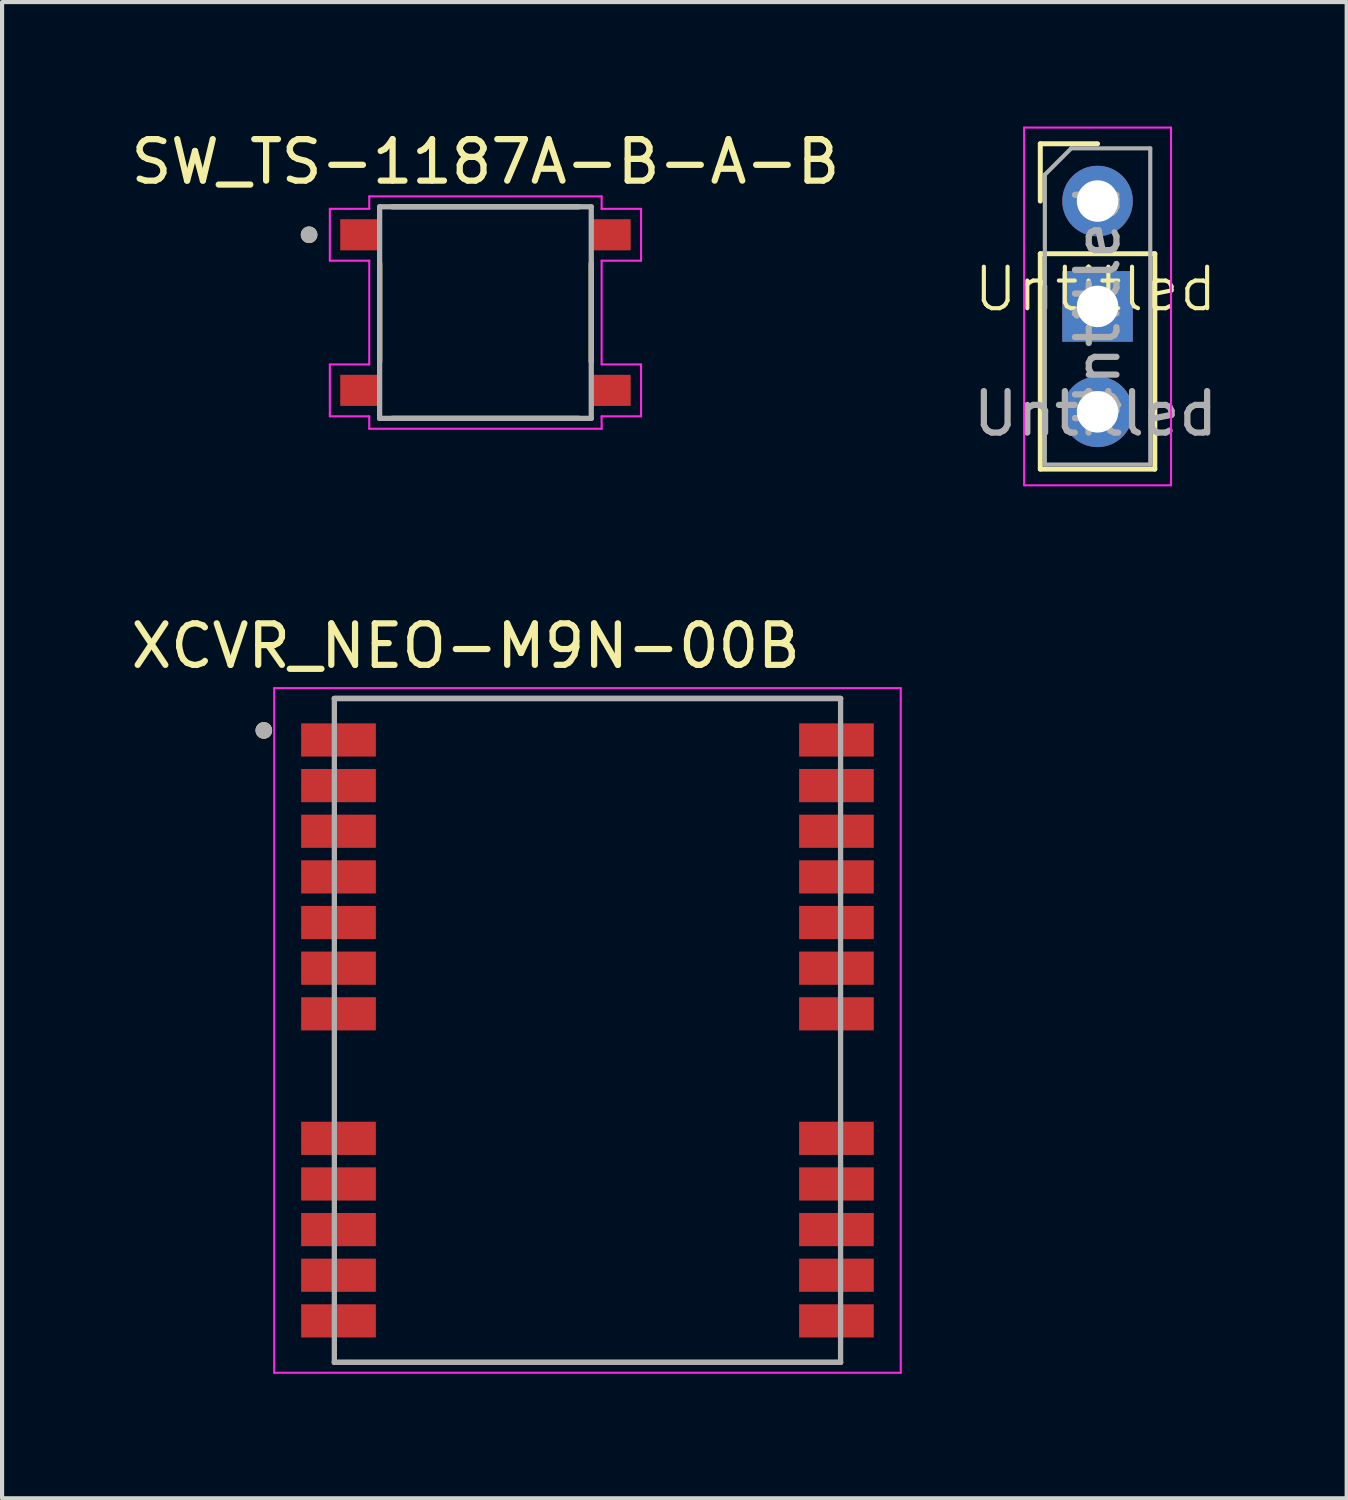
<source format=kicad_pcb>
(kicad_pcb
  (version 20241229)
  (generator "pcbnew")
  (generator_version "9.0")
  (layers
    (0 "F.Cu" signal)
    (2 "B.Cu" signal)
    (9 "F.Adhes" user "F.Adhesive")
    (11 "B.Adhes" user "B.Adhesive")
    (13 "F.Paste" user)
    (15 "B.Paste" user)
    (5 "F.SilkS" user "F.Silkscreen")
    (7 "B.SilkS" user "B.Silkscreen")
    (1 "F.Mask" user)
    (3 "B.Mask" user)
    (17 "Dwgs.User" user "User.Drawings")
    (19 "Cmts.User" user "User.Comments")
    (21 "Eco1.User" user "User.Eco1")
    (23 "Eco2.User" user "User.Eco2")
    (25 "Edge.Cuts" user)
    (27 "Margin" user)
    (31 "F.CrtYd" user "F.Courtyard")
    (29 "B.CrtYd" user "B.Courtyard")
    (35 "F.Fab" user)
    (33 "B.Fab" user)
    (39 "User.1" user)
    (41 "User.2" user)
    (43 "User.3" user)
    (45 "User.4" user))
  (footprint "Untitled"
    (layer "F.Cu")
    (at 23.351 4.42)
    (property "Reference" "Untitled" (at 0 -0.5 0) (unlocked yes) (layer "F.SilkS") (effects (font (size 1 1) (thickness 0.1))))
    (attr smd)
    (fp_line (start -1.33 -4.005) (end 0.05 -4.005) (stroke (width 0.12) (type solid)) (layer "F.SilkS"))
    (fp_line (start -1.33 -1.355) (end -1.33 3.835) (stroke (width 0.12) (type solid)) (layer "F.SilkS"))
    (fp_line (start -1.33 -1.355) (end 1.43 -1.355) (stroke (width 0.12) (type solid)) (layer "F.SilkS"))
    (fp_line (start -1.33 3.835) (end 1.43 3.835) (stroke (width 0.12) (type solid)) (layer "F.SilkS"))
    (fp_line (start -1.33 -2.625) (end -1.33 -4.005) (stroke (width 0.12) (type solid)) (layer "F.SilkS"))
    (fp_line (start 1.43 -1.355) (end 1.43 3.835) (stroke (width 0.12) (type solid)) (layer "F.SilkS"))
    (fp_line (start -1.72 -4.395) (end -1.72 4.225) (stroke (width 0.05) (type solid)) (layer "F.CrtYd"))
    (fp_line (start -1.72 4.225) (end 1.82 4.225) (stroke (width 0.05) (type solid)) (layer "F.CrtYd"))
    (fp_line (start 1.82 -4.395) (end -1.72 -4.395) (stroke (width 0.05) (type solid)) (layer "F.CrtYd"))
    (fp_line (start 1.82 4.225) (end 1.82 -4.395) (stroke (width 0.05) (type solid)) (layer "F.CrtYd"))
    (fp_line (start -1.22 3.725) (end -1.22 -3.26) (stroke (width 0.1) (type solid)) (layer "F.Fab"))
    (fp_line (start -1.22 -3.26) (end -0.585 -3.895) (stroke (width 0.1) (type solid)) (layer "F.Fab"))
    (fp_line (start -0.585 -3.895) (end 1.32 -3.895) (stroke (width 0.1) (type solid)) (layer "F.Fab"))
    (fp_line (start 1.32 -3.895) (end 1.32 3.725) (stroke (width 0.1) (type solid)) (layer "F.Fab"))
    (fp_line (start 1.32 3.725) (end -1.22 3.725) (stroke (width 0.1) (type solid)) (layer "F.Fab"))
    (fp_text user "${REFERENCE}" (at 0.05 -0.085 90) (layer "F.Fab") (effects (font (size 1 1) (thickness 0.15))))
    (fp_text user "${REFERENCE}" (at 0 2.5 0) (unlocked yes) (layer "F.Fab") (effects (font (size 1 1) (thickness 0.15))))
    (pad "1" thru_hole circle (at 0.05 -2.625) (size 1.7 1.7) (drill 1) (layers "*.Cu" "F.Mask"))
    (pad "2" thru_hole rect (at 0.05 -0.085) (size 1.7 1.7) (drill 1) (layers "*.Cu" "*.Mask"))
    (pad "3" thru_hole circle (at 0.05 2.455) (size 1.7 1.7) (drill 1) (layers "*.Cu" "*.Mask")))
  (footprint "XCVR_NEO-M9N-00B"
    (layer "F.Cu")
    (at 11.108 21.783)
    (property "Reference" "XCVR_NEO-M9N-00B" (at -2.935 -9.265 0) (layer "F.SilkS") (effects (font (size 1 1) (thickness 0.15))))
    (attr smd)
    (fp_line (start -6.1 -8) (end 6.1 -8) (stroke (width 0.127) (type solid)) (layer "F.SilkS"))
    (fp_line (start 6.1 8) (end -6.1 8) (stroke (width 0.127) (type solid)) (layer "F.SilkS"))
    (fp_circle (center -7.8 -7.23) (end -7.7 -7.23) (stroke (width 0.2) (type solid)) (fill no) (layer "F.SilkS"))
    (fp_poly (pts (xy -7.3 -7.4) (xy -6.1 -7.4) (xy -6.1 -7.3) (xy -5.2 -7.3) (xy -5.2 -6.7) (xy -6.1 -6.7) (xy -6.1 -6.6) (xy -7.3 -6.6)) (stroke (width 0.01) (type solid)) (fill yes) (layer "F.Paste"))
    (fp_poly (pts (xy -7.3 -6.3) (xy -6.1 -6.3) (xy -6.1 -6.2) (xy -5.2 -6.2) (xy -5.2 -5.6) (xy -6.1 -5.6) (xy -6.1 -5.5) (xy -7.3 -5.5)) (stroke (width 0.01) (type solid)) (fill yes) (layer "F.Paste"))
    (fp_poly (pts (xy -7.3 -5.2) (xy -6.1 -5.2) (xy -6.1 -5.1) (xy -5.2 -5.1) (xy -5.2 -4.5) (xy -6.1 -4.5) (xy -6.1 -4.4) (xy -7.3 -4.4)) (stroke (width 0.01) (type solid)) (fill yes) (layer "F.Paste"))
    (fp_poly (pts (xy -7.3 -4.1) (xy -6.1 -4.1) (xy -6.1 -4) (xy -5.2 -4) (xy -5.2 -3.4) (xy -6.1 -3.4) (xy -6.1 -3.3) (xy -7.3 -3.3)) (stroke (width 0.01) (type solid)) (fill yes) (layer "F.Paste"))
    (fp_poly (pts (xy -7.3 -3) (xy -6.1 -3) (xy -6.1 -2.9) (xy -5.2 -2.9) (xy -5.2 -2.3) (xy -6.1 -2.3) (xy -6.1 -2.2) (xy -7.3 -2.2)) (stroke (width 0.01) (type solid)) (fill yes) (layer "F.Paste"))
    (fp_poly (pts (xy -7.3 -1.9) (xy -6.1 -1.9) (xy -6.1 -1.8) (xy -5.2 -1.8) (xy -5.2 -1.2) (xy -6.1 -1.2) (xy -6.1 -1.1) (xy -7.3 -1.1)) (stroke (width 0.01) (type solid)) (fill yes) (layer "F.Paste"))
    (fp_poly (pts (xy -7.3 -0.8) (xy -6.1 -0.8) (xy -6.1 -0.7) (xy -5.2 -0.7) (xy -5.2 -0.1) (xy -6.1 -0.1) (xy -6.1 0) (xy -7.3 0)) (stroke (width 0.01) (type solid)) (fill yes) (layer "F.Paste"))
    (fp_poly (pts (xy -7.3 2.2) (xy -6.1 2.2) (xy -6.1 2.3) (xy -5.2 2.3) (xy -5.2 2.9) (xy -6.1 2.9) (xy -6.1 3) (xy -7.3 3)) (stroke (width 0.01) (type solid)) (fill yes) (layer "F.Paste"))
    (fp_poly (pts (xy -7.3 3.3) (xy -6.1 3.3) (xy -6.1 3.4) (xy -5.2 3.4) (xy -5.2 4) (xy -6.1 4) (xy -6.1 4.1) (xy -7.3 4.1)) (stroke (width 0.01) (type solid)) (fill yes) (layer "F.Paste"))
    (fp_poly (pts (xy -7.3 4.4) (xy -6.1 4.4) (xy -6.1 4.5) (xy -5.2 4.5) (xy -5.2 5.1) (xy -6.1 5.1) (xy -6.1 5.2) (xy -7.3 5.2)) (stroke (width 0.01) (type solid)) (fill yes) (layer "F.Paste"))
    (fp_poly (pts (xy -7.3 5.5) (xy -6.1 5.5) (xy -6.1 5.6) (xy -5.2 5.6) (xy -5.2 6.2) (xy -6.1 6.2) (xy -6.1 6.3) (xy -7.3 6.3)) (stroke (width 0.01) (type solid)) (fill yes) (layer "F.Paste"))
    (fp_poly (pts (xy -7.3 6.6) (xy -6.1 6.6) (xy -6.1 6.7) (xy -5.2 6.7) (xy -5.2 7.3) (xy -6.1 7.3) (xy -6.1 7.4) (xy -7.3 7.4)) (stroke (width 0.01) (type solid)) (fill yes) (layer "F.Paste"))
    (fp_poly (pts (xy 5.2 -7.3) (xy 6.1 -7.3) (xy 6.1 -7.4) (xy 7.3 -7.4) (xy 7.3 -6.6) (xy 6.1 -6.6) (xy 6.1 -6.7) (xy 5.2 -6.7)) (stroke (width 0.01) (type solid)) (fill yes) (layer "F.Paste"))
    (fp_poly (pts (xy 5.2 -6.2) (xy 6.1 -6.2) (xy 6.1 -6.3) (xy 7.3 -6.3) (xy 7.3 -5.5) (xy 6.1 -5.5) (xy 6.1 -5.6) (xy 5.2 -5.6)) (stroke (width 0.01) (type solid)) (fill yes) (layer "F.Paste"))
    (fp_poly (pts (xy 5.2 -5.1) (xy 6.1 -5.1) (xy 6.1 -5.2) (xy 7.3 -5.2) (xy 7.3 -4.4) (xy 6.1 -4.4) (xy 6.1 -4.5) (xy 5.2 -4.5)) (stroke (width 0.01) (type solid)) (fill yes) (layer "F.Paste"))
    (fp_poly (pts (xy 5.2 -4) (xy 6.1 -4) (xy 6.1 -4.1) (xy 7.3 -4.1) (xy 7.3 -3.3) (xy 6.1 -3.3) (xy 6.1 -3.4) (xy 5.2 -3.4)) (stroke (width 0.01) (type solid)) (fill yes) (layer "F.Paste"))
    (fp_poly (pts (xy 5.2 -2.9) (xy 6.1 -2.9) (xy 6.1 -3) (xy 7.3 -3) (xy 7.3 -2.2) (xy 6.1 -2.2) (xy 6.1 -2.3) (xy 5.2 -2.3)) (stroke (width 0.01) (type solid)) (fill yes) (layer "F.Paste"))
    (fp_poly (pts (xy 5.2 -1.8) (xy 6.1 -1.8) (xy 6.1 -1.9) (xy 7.3 -1.9) (xy 7.3 -1.1) (xy 6.1 -1.1) (xy 6.1 -1.2) (xy 5.2 -1.2)) (stroke (width 0.01) (type solid)) (fill yes) (layer "F.Paste"))
    (fp_poly (pts (xy 5.2 -0.7) (xy 6.1 -0.7) (xy 6.1 -0.8) (xy 7.3 -0.8) (xy 7.3 0) (xy 6.1 0) (xy 6.1 -0.1) (xy 5.2 -0.1)) (stroke (width 0.01) (type solid)) (fill yes) (layer "F.Paste"))
    (fp_poly (pts (xy 5.2 2.3) (xy 6.1 2.3) (xy 6.1 2.2) (xy 7.3 2.2) (xy 7.3 3) (xy 6.1 3) (xy 6.1 2.9) (xy 5.2 2.9)) (stroke (width 0.01) (type solid)) (fill yes) (layer "F.Paste"))
    (fp_poly (pts (xy 5.2 3.4) (xy 6.1 3.4) (xy 6.1 3.3) (xy 7.3 3.3) (xy 7.3 4.1) (xy 6.1 4.1) (xy 6.1 4) (xy 5.2 4)) (stroke (width 0.01) (type solid)) (fill yes) (layer "F.Paste"))
    (fp_poly (pts (xy 5.2 4.5) (xy 6.1 4.5) (xy 6.1 4.4) (xy 7.3 4.4) (xy 7.3 5.2) (xy 6.1 5.2) (xy 6.1 5.1) (xy 5.2 5.1)) (stroke (width 0.01) (type solid)) (fill yes) (layer "F.Paste"))
    (fp_poly (pts (xy 5.2 5.6) (xy 6.1 5.6) (xy 6.1 5.5) (xy 7.3 5.5) (xy 7.3 6.3) (xy 6.1 6.3) (xy 6.1 6.2) (xy 5.2 6.2)) (stroke (width 0.01) (type solid)) (fill yes) (layer "F.Paste"))
    (fp_poly (pts (xy 5.2 6.7) (xy 6.1 6.7) (xy 6.1 6.6) (xy 7.3 6.6) (xy 7.3 7.4) (xy 6.1 7.4) (xy 6.1 7.3) (xy 5.2 7.3)) (stroke (width 0.01) (type solid)) (fill yes) (layer "F.Paste"))
    (fp_line (start -7.55 -8.25) (end 7.55 -8.25) (stroke (width 0.05) (type solid)) (layer "F.CrtYd"))
    (fp_line (start -7.55 8.25) (end -7.55 -8.25) (stroke (width 0.05) (type solid)) (layer "F.CrtYd"))
    (fp_line (start 7.55 -8.25) (end 7.55 8.25) (stroke (width 0.05) (type solid)) (layer "F.CrtYd"))
    (fp_line (start 7.55 8.25) (end -7.55 8.25) (stroke (width 0.05) (type solid)) (layer "F.CrtYd"))
    (fp_line (start -6.1 -8) (end -6.1 8) (stroke (width 0.127) (type solid)) (layer "F.Fab"))
    (fp_line (start 6.1 -8) (end -6.1 -8) (stroke (width 0.127) (type solid)) (layer "F.Fab"))
    (fp_line (start 6.1 8) (end -6.1 8) (stroke (width 0.127) (type solid)) (layer "F.Fab"))
    (fp_line (start 6.1 8) (end 6.1 -8) (stroke (width 0.127) (type solid)) (layer "F.Fab"))
    (fp_circle (center -7.8 -7.23) (end -7.7 -7.23) (stroke (width 0.2) (type solid)) (fill no) (layer "F.Fab"))
    (pad "1" smd rect (at -6 -7) (size 1.8 0.8) (layers "F.Cu" "F.Mask"))
    (pad "2" smd rect (at -6 -5.9) (size 1.8 0.8) (layers "F.Cu" "F.Mask"))
    (pad "3" smd rect (at -6 -4.8) (size 1.8 0.8) (layers "F.Cu" "F.Mask"))
    (pad "4" smd rect (at -6 -3.7) (size 1.8 0.8) (layers "F.Cu" "F.Mask"))
    (pad "5" smd rect (at -6 -2.6) (size 1.8 0.8) (layers "F.Cu" "F.Mask"))
    (pad "6" smd rect (at -6 -1.5) (size 1.8 0.8) (layers "F.Cu" "F.Mask"))
    (pad "7" smd rect (at -6 -0.4) (size 1.8 0.8) (layers "F.Cu" "F.Mask"))
    (pad "8" smd rect (at -6 2.6) (size 1.8 0.8) (layers "F.Cu" "F.Mask"))
    (pad "9" smd rect (at -6 3.7) (size 1.8 0.8) (layers "F.Cu" "F.Mask"))
    (pad "10" smd rect (at -6 4.8) (size 1.8 0.8) (layers "F.Cu" "F.Mask"))
    (pad "11" smd rect (at -6 5.9) (size 1.8 0.8) (layers "F.Cu" "F.Mask"))
    (pad "12" smd rect (at -6 7) (size 1.8 0.8) (layers "F.Cu" "F.Mask"))
    (pad "13" smd rect (at 6 7) (size 1.8 0.8) (layers "F.Cu" "F.Mask"))
    (pad "14" smd rect (at 6 5.9) (size 1.8 0.8) (layers "F.Cu" "F.Mask"))
    (pad "15" smd rect (at 6 4.8) (size 1.8 0.8) (layers "F.Cu" "F.Mask"))
    (pad "16" smd rect (at 6 3.7) (size 1.8 0.8) (layers "F.Cu" "F.Mask"))
    (pad "17" smd rect (at 6 2.6) (size 1.8 0.8) (layers "F.Cu" "F.Mask"))
    (pad "18" smd rect (at 6 -0.4) (size 1.8 0.8) (layers "F.Cu" "F.Mask"))
    (pad "19" smd rect (at 6 -1.5) (size 1.8 0.8) (layers "F.Cu" "F.Mask"))
    (pad "20" smd rect (at 6 -2.6) (size 1.8 0.8) (layers "F.Cu" "F.Mask"))
    (pad "21" smd rect (at 6 -3.7) (size 1.8 0.8) (layers "F.Cu" "F.Mask"))
    (pad "22" smd rect (at 6 -4.8) (size 1.8 0.8) (layers "F.Cu" "F.Mask"))
    (pad "23" smd rect (at 6 -5.9) (size 1.8 0.8) (layers "F.Cu" "F.Mask"))
    (pad "24" smd rect (at 6 -7) (size 1.8 0.8) (layers "F.Cu" "F.Mask")))
  (footprint "SW_TS-1187A-B-A-B"
    (layer "F.Cu")
    (at 8.649 4.483)
    (property "Reference" "SW_TS-1187A-B-A-B" (at 0 -3.635 180) (layer "F.SilkS") (effects (font (size 1 1) (thickness 0.15))))
    (attr smd)
    (fp_line (start -2.55 -1.18) (end -2.55 1.18) (stroke (width 0.127) (type solid)) (layer "F.SilkS"))
    (fp_line (start 2.25 -2.55) (end -2.25 -2.55) (stroke (width 0.127) (type solid)) (layer "F.SilkS"))
    (fp_line (start 2.25 2.55) (end -2.25 2.55) (stroke (width 0.127) (type solid)) (layer "F.SilkS"))
    (fp_line (start 2.55 1.18) (end 2.55 -1.18) (stroke (width 0.127) (type solid)) (layer "F.SilkS"))
    (fp_circle (center -4.25 -1.875) (end -4.15 -1.875) (stroke (width 0.2) (type solid)) (fill no) (layer "F.SilkS"))
    (fp_line (start -3.75 -1.25) (end -2.8 -1.25) (stroke (width 0.05) (type solid)) (layer "F.CrtYd"))
    (fp_line (start -3.75 1.25) (end -2.8 1.25) (stroke (width 0.05) (type solid)) (layer "F.CrtYd"))
    (fp_line (start -3.75 -2.5) (end -3.75 -1.25) (stroke (width 0.05) (type solid)) (layer "F.CrtYd"))
    (fp_line (start -3.75 -2.5) (end -2.8 -2.5) (stroke (width 0.05) (type solid)) (layer "F.CrtYd"))
    (fp_line (start -3.75 2.5) (end -3.75 1.25) (stroke (width 0.05) (type solid)) (layer "F.CrtYd"))
    (fp_line (start -3.75 2.5) (end -2.8 2.5) (stroke (width 0.05) (type solid)) (layer "F.CrtYd"))
    (fp_line (start -2.8 -2.8) (end -2.8 -2.5) (stroke (width 0.05) (type solid)) (layer "F.CrtYd"))
    (fp_line (start -2.8 -1.25) (end -2.8 1.25) (stroke (width 0.05) (type solid)) (layer "F.CrtYd"))
    (fp_line (start -2.8 2.8) (end -2.8 2.5) (stroke (width 0.05) (type solid)) (layer "F.CrtYd"))
    (fp_line (start -2.8 2.8) (end 2.8 2.8) (stroke (width 0.05) (type solid)) (layer "F.CrtYd"))
    (fp_line (start 2.8 -2.8) (end -2.8 -2.8) (stroke (width 0.05) (type solid)) (layer "F.CrtYd"))
    (fp_line (start 2.8 -2.8) (end 2.8 -2.5) (stroke (width 0.05) (type solid)) (layer "F.CrtYd"))
    (fp_line (start 2.8 -1.25) (end 2.8 1.25) (stroke (width 0.05) (type solid)) (layer "F.CrtYd"))
    (fp_line (start 2.8 2.8) (end 2.8 2.5) (stroke (width 0.05) (type solid)) (layer "F.CrtYd"))
    (fp_line (start 3.75 -2.5) (end 2.8 -2.5) (stroke (width 0.05) (type solid)) (layer "F.CrtYd"))
    (fp_line (start 3.75 -2.5) (end 3.75 -1.25) (stroke (width 0.05) (type solid)) (layer "F.CrtYd"))
    (fp_line (start 3.75 2.5) (end 2.8 2.5) (stroke (width 0.05) (type solid)) (layer "F.CrtYd"))
    (fp_line (start 3.75 2.5) (end 3.75 1.25) (stroke (width 0.05) (type solid)) (layer "F.CrtYd"))
    (fp_line (start 3.75 -1.25) (end 2.8 -1.25) (stroke (width 0.05) (type solid)) (layer "F.CrtYd"))
    (fp_line (start 3.75 1.25) (end 2.8 1.25) (stroke (width 0.05) (type solid)) (layer "F.CrtYd"))
    (fp_line (start -2.55 -2.55) (end -2.55 2.55) (stroke (width 0.127) (type solid)) (layer "F.Fab"))
    (fp_line (start -2.55 2.55) (end 2.55 2.55) (stroke (width 0.127) (type solid)) (layer "F.Fab"))
    (fp_line (start 2.55 -2.55) (end -2.55 -2.55) (stroke (width 0.127) (type solid)) (layer "F.Fab"))
    (fp_line (start 2.55 2.55) (end 2.55 -2.55) (stroke (width 0.127) (type solid)) (layer "F.Fab"))
    (fp_circle (center -4.25 -1.875) (end -4.15 -1.875) (stroke (width 0.2) (type solid)) (fill no) (layer "F.Fab"))
    (pad "A" smd rect (at -3 -1.875) (size 1 0.75) (layers "F.Cu" "F.Mask" "F.Paste"))
    (pad "B" smd rect (at 3 -1.875) (size 1 0.75) (layers "F.Cu" "F.Mask" "F.Paste"))
    (pad "C" smd rect (at -3 1.875) (size 1 0.75) (layers "F.Cu" "F.Mask" "F.Paste"))
    (pad "D" smd rect (at 3 1.875) (size 1 0.75) (layers "F.Cu" "F.Mask" "F.Paste")))
  (gr_rect
    (start -3 -3)
    (end 29.405 33.058)
    (stroke (width 0.1) (type default))
    (fill no)
    (layer "Edge.Cuts")))
</source>
